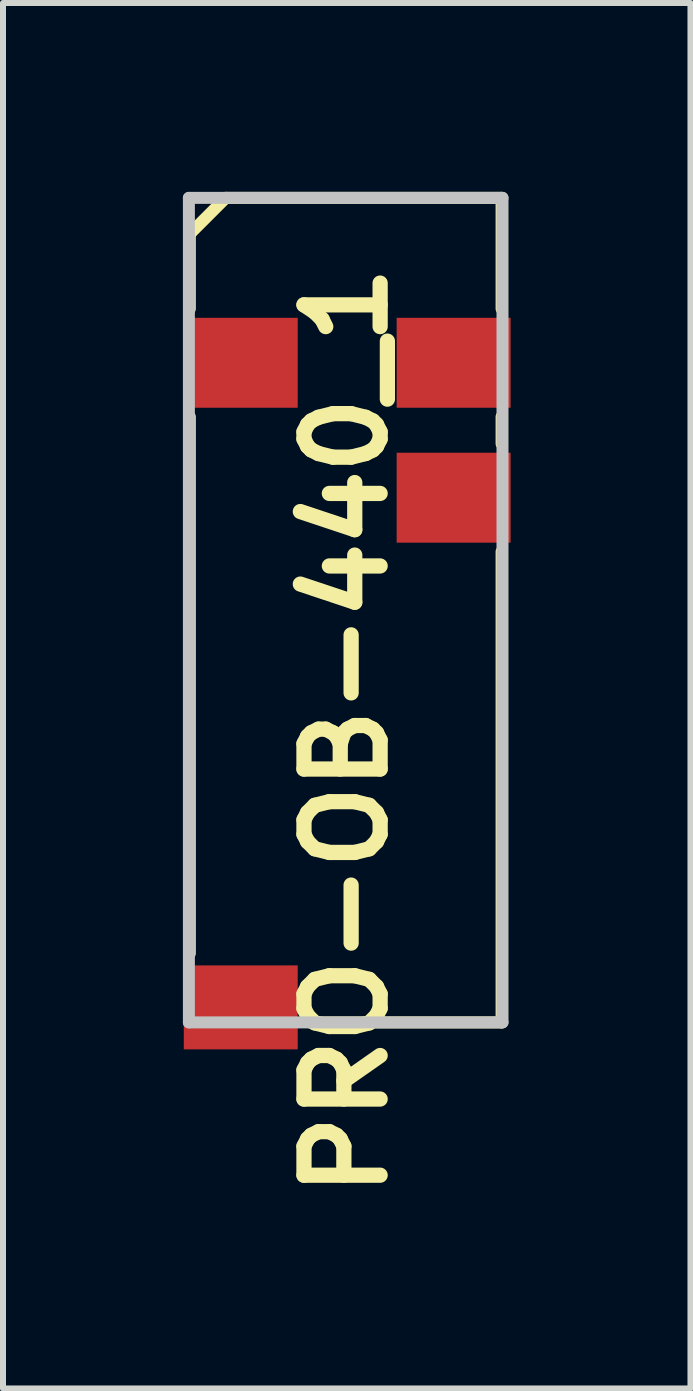
<source format=kicad_pcb>
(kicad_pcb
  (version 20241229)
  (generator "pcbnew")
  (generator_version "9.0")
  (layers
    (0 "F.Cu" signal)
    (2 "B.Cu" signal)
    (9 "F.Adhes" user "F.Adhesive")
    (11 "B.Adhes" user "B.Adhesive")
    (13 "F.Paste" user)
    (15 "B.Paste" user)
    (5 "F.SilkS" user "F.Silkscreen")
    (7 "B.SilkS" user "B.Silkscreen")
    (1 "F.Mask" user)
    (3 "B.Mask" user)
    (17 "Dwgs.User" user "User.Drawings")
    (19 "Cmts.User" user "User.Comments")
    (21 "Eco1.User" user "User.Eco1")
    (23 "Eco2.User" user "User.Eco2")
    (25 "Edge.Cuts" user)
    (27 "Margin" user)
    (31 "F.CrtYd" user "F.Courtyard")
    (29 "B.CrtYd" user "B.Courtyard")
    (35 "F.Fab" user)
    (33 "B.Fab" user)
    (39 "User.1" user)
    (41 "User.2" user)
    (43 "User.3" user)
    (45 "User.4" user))
  (footprint "PRO-OB-440_1"
    (layer "F.Cu")
    (at 2.715 0.25)
    (property "Reference" "PRO-OB-440_1" (at 0 8.89 90) (layer "F.SilkS") (effects (font (size 1.27 1.27) (thickness 0.254))))
    (attr smd)
    (fp_line (start -2.6 0.6) (end -2.6 1.85) (stroke (width 0.2) (type solid)) (layer "F.SilkS"))
    (fp_line (start -2.6 3.65) (end -2.6 12.6) (stroke (width 0.2) (type solid)) (layer "F.SilkS"))
    (fp_line (start -2 0) (end -2.6 0.6) (stroke (width 0.2) (type solid)) (layer "F.SilkS"))
    (fp_line (start 2.6 0) (end -2 0) (stroke (width 0.2) (type solid)) (layer "F.SilkS"))
    (fp_line (start 2.6 0) (end 2.6 1.85) (stroke (width 0.2) (type solid)) (layer "F.SilkS"))
    (fp_line (start 2.6 3.65) (end 2.6 4.1) (stroke (width 0.2) (type solid)) (layer "F.SilkS"))
    (fp_line (start 2.6 13.75) (end -0.6 13.75) (stroke (width 0.2) (type solid)) (layer "F.SilkS"))
    (fp_line (start 2.6 13.75) (end 2.6 5.9) (stroke (width 0.2) (type solid)) (layer "F.SilkS"))
    (fp_line (start -2.615 0) (end 2.615 0) (stroke (width 0.2) (type solid)) (layer "Dwgs.User"))
    (fp_line (start -2.615 13.75) (end -2.615 0) (stroke (width 0.2) (type solid)) (layer "Dwgs.User"))
    (fp_line (start 2.615 0) (end 2.615 13.75) (stroke (width 0.2) (type solid)) (layer "Dwgs.User"))
    (fp_line (start 2.615 13.75) (end -2.615 13.75) (stroke (width 0.2) (type solid)) (layer "Dwgs.User"))
    (pad "1" smd rect (at 1.8 2.75 90) (size 1.5 1.9) (layers "F.Cu" "F.Paste"))
    (pad "2" smd rect (at 1.8 5 90) (size 1.5 1.9) (layers "F.Cu" "F.Paste"))
    (pad "3" smd rect (at -1.75 2.75 90) (size 1.5 1.9) (layers "F.Cu" "F.Paste"))
    (pad "4" smd rect (at -1.75 13.5 90) (size 1.4 1.9) (layers "F.Cu" "F.Paste")))
  (gr_rect
    (start -3 -3)
    (end 8.465 20.105)
    (stroke (width 0.1) (type default))
    (fill no)
    (layer "Edge.Cuts")))
</source>
